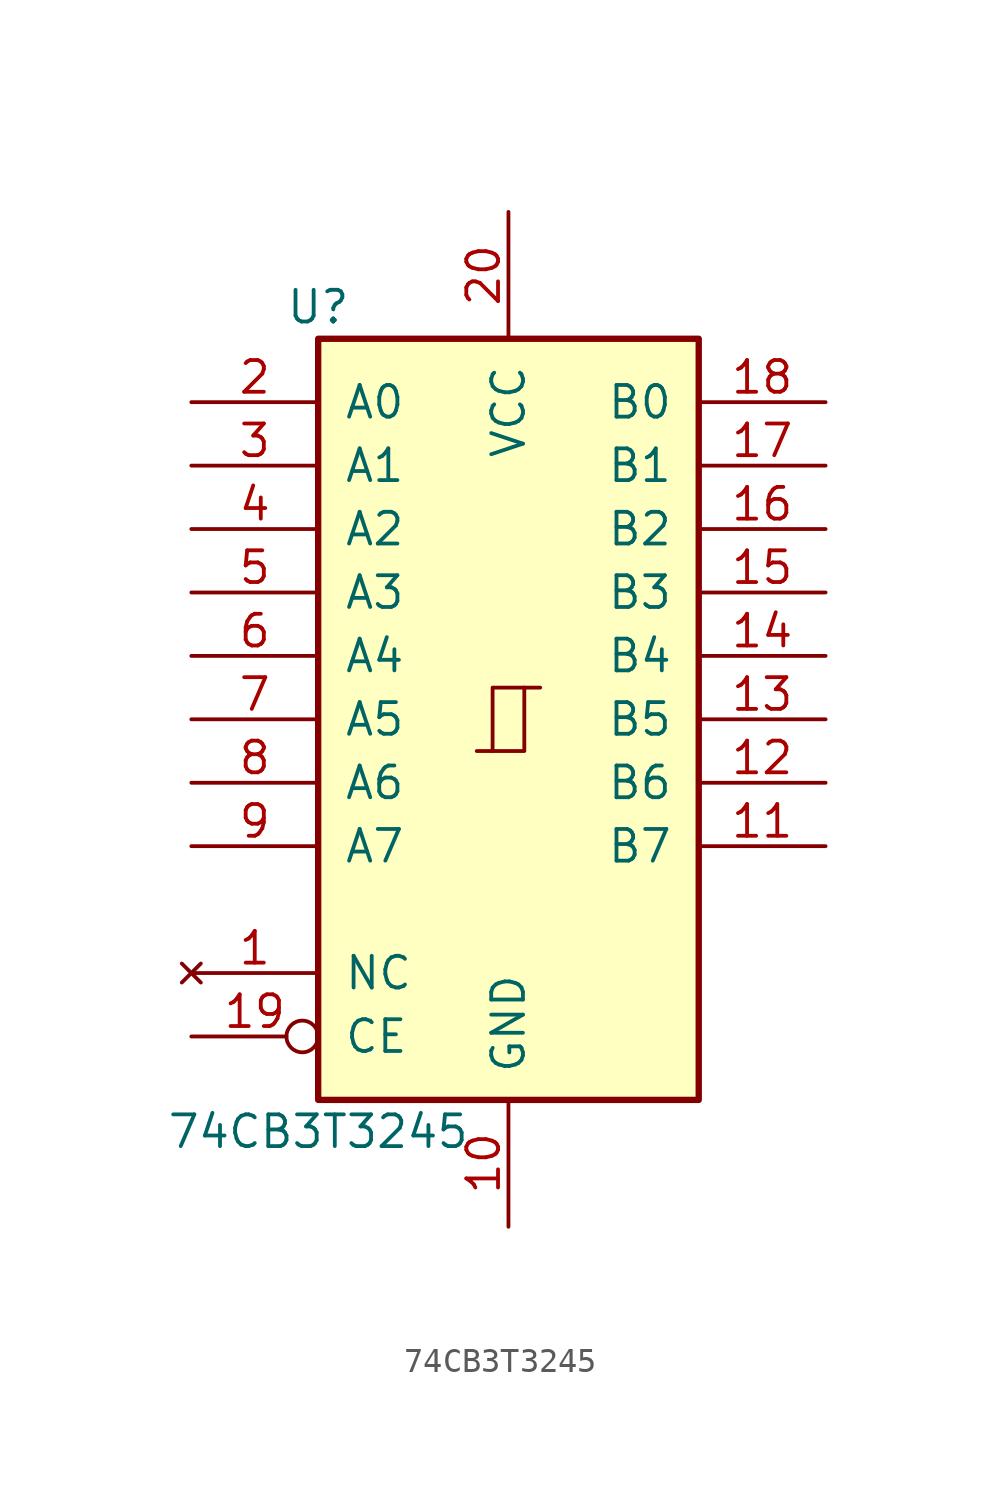
<source format=kicad_sym>
(kicad_symbol_lib
  (version 20220914)
  (generator kicad_symbol_editor)
  (symbol "74CB3T3245"
    (pin_names
      (offset 1.016))
    (property "Reference" "U"
      (at -7.62 16.51 0)
      (effects (font (size 1.27 1.27))))
    (property "Value" "74CB3T3245"
      (at -7.62 -16.51 0)
      (effects (font (size 1.27 1.27))))
    (symbol "74CB3T3245_1_0"
      (polyline (pts (xy -0.635 -1.27) (xy -0.635 1.27) (xy 0.635 1.27)) (stroke (width 0) (type default)) (fill (type none)))
      (polyline (pts (xy -1.27 -1.27) (xy 0.635 -1.27) (xy 0.635 1.27) (xy 1.27 1.27)) (stroke (width 0) (type default)) (fill (type none)))
      (pin no_connect line (at -12.7 -10.16 0) (length 5.08) (name "NC" (effects (font (size 1.27 1.27)))) (number "1" (effects (font (size 1.27 1.27)))))
      (pin power_in line (at 0 -20.32 90) (length 5.08) (name "GND" (effects (font (size 1.27 1.27)))) (number "10" (effects (font (size 1.27 1.27)))))
      (pin tri_state line (at 12.7 -5.08 180) (length 5.08) (name "B7" (effects (font (size 1.27 1.27)))) (number "11" (effects (font (size 1.27 1.27)))))
      (pin tri_state line (at 12.7 -2.54 180) (length 5.08) (name "B6" (effects (font (size 1.27 1.27)))) (number "12" (effects (font (size 1.27 1.27)))))
      (pin tri_state line (at 12.7 0 180) (length 5.08) (name "B5" (effects (font (size 1.27 1.27)))) (number "13" (effects (font (size 1.27 1.27)))))
      (pin tri_state line (at 12.7 2.54 180) (length 5.08) (name "B4" (effects (font (size 1.27 1.27)))) (number "14" (effects (font (size 1.27 1.27)))))
      (pin tri_state line (at 12.7 5.08 180) (length 5.08) (name "B3" (effects (font (size 1.27 1.27)))) (number "15" (effects (font (size 1.27 1.27)))))
      (pin tri_state line (at 12.7 7.62 180) (length 5.08) (name "B2" (effects (font (size 1.27 1.27)))) (number "16" (effects (font (size 1.27 1.27)))))
      (pin tri_state line (at 12.7 10.16 180) (length 5.08) (name "B1" (effects (font (size 1.27 1.27)))) (number "17" (effects (font (size 1.27 1.27)))))
      (pin tri_state line (at 12.7 12.7 180) (length 5.08) (name "B0" (effects (font (size 1.27 1.27)))) (number "18" (effects (font (size 1.27 1.27)))))
      (pin input inverted (at -12.7 -12.7 0) (length 5.08) (name "CE" (effects (font (size 1.27 1.27)))) (number "19" (effects (font (size 1.27 1.27)))))
      (pin tri_state line (at -12.7 12.7 0) (length 5.08) (name "A0" (effects (font (size 1.27 1.27)))) (number "2" (effects (font (size 1.27 1.27)))))
      (pin power_in line (at 0 20.32 270) (length 5.08) (name "VCC" (effects (font (size 1.27 1.27)))) (number "20" (effects (font (size 1.27 1.27)))))
      (pin tri_state line (at -12.7 10.16 0) (length 5.08) (name "A1" (effects (font (size 1.27 1.27)))) (number "3" (effects (font (size 1.27 1.27)))))
      (pin tri_state line (at -12.7 7.62 0) (length 5.08) (name "A2" (effects (font (size 1.27 1.27)))) (number "4" (effects (font (size 1.27 1.27)))))
      (pin tri_state line (at -12.7 5.08 0) (length 5.08) (name "A3" (effects (font (size 1.27 1.27)))) (number "5" (effects (font (size 1.27 1.27)))))
      (pin tri_state line (at -12.7 2.54 0) (length 5.08) (name "A4" (effects (font (size 1.27 1.27)))) (number "6" (effects (font (size 1.27 1.27)))))
      (pin tri_state line (at -12.7 0 0) (length 5.08) (name "A5" (effects (font (size 1.27 1.27)))) (number "7" (effects (font (size 1.27 1.27)))))
      (pin tri_state line (at -12.7 -2.54 0) (length 5.08) (name "A6" (effects (font (size 1.27 1.27)))) (number "8" (effects (font (size 1.27 1.27)))))
      (pin tri_state line (at -12.7 -5.08 0) (length 5.08) (name "A7" (effects (font (size 1.27 1.27)))) (number "9" (effects (font (size 1.27 1.27))))))
    (symbol "74CB3T3245_1_1"
      (rectangle (start -7.62 15.24) (end 7.62 -15.24) (stroke (width 0.254) (type default)) (fill (type background))))))
</source>
